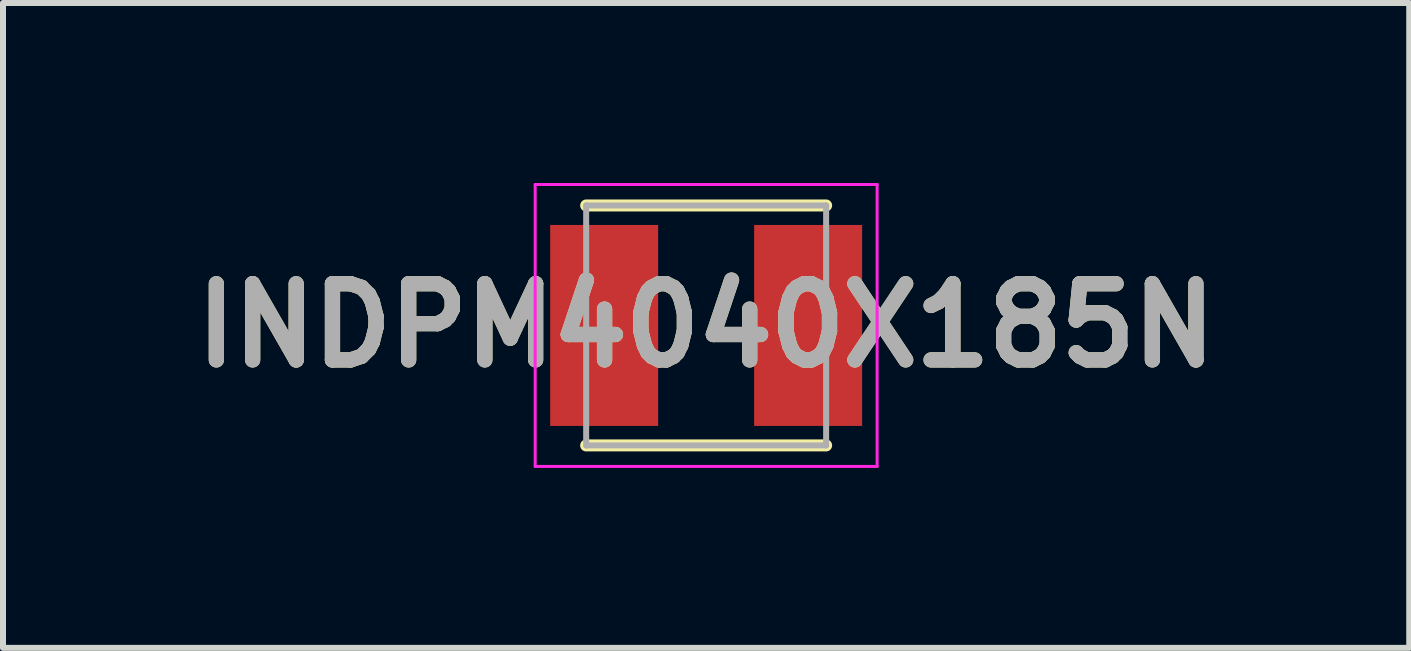
<source format=kicad_pcb>
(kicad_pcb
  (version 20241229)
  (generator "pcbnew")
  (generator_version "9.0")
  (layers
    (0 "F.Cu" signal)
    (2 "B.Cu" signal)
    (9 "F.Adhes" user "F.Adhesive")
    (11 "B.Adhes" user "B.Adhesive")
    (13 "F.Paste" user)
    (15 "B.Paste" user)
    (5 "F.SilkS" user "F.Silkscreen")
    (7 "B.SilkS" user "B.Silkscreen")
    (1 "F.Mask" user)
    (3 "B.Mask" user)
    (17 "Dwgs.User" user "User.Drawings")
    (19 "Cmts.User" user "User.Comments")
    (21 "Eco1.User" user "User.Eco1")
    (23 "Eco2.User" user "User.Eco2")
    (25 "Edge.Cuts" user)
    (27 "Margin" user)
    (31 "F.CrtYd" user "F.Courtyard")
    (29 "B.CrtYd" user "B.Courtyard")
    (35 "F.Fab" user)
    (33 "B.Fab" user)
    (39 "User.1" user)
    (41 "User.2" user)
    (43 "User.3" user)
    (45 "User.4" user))
  (footprint "INDPM4040X185N"
    (layer "F.Cu")
    (at 8.721 2.375)
    (property "Reference" "INDPM4040X185N" (at 0 0 0) (layer "F.SilkS") (effects (font (size 1.27 1.27) (thickness 0.254))))
    (attr smd)
    (fp_line (start -2 2) (end 2 2) (stroke (width 0.2) (type solid)) (layer "F.SilkS"))
    (fp_line (start 2 -2) (end -2 -2) (stroke (width 0.2) (type solid)) (layer "F.SilkS"))
    (fp_line (start -2.85 -2.35) (end 2.85 -2.35) (stroke (width 0.05) (type solid)) (layer "F.CrtYd"))
    (fp_line (start -2.85 2.35) (end -2.85 -2.35) (stroke (width 0.05) (type solid)) (layer "F.CrtYd"))
    (fp_line (start 2.85 -2.35) (end 2.85 2.35) (stroke (width 0.05) (type solid)) (layer "F.CrtYd"))
    (fp_line (start 2.85 2.35) (end -2.85 2.35) (stroke (width 0.05) (type solid)) (layer "F.CrtYd"))
    (fp_line (start -2 -2) (end 2 -2) (stroke (width 0.1) (type solid)) (layer "F.Fab"))
    (fp_line (start -2 2) (end -2 -2) (stroke (width 0.1) (type solid)) (layer "F.Fab"))
    (fp_line (start 2 -2) (end 2 2) (stroke (width 0.1) (type solid)) (layer "F.Fab"))
    (fp_line (start 2 2) (end -2 2) (stroke (width 0.1) (type solid)) (layer "F.Fab"))
    (fp_text user "${REFERENCE}" (at 0 0 0) (layer "F.Fab") (effects (font (size 1.27 1.27) (thickness 0.254))))
    (pad "1" smd rect (at -1.7 0) (size 1.8 3.35) (layers "F.Cu" "F.Mask" "F.Paste"))
    (pad "2" smd rect (at 1.7 0) (size 1.8 3.35) (layers "F.Cu" "F.Mask" "F.Paste")))
  (gr_rect
    (start -3 -3)
    (end 20.441 7.75)
    (stroke (width 0.1) (type default))
    (fill no)
    (layer "Edge.Cuts")))
</source>
